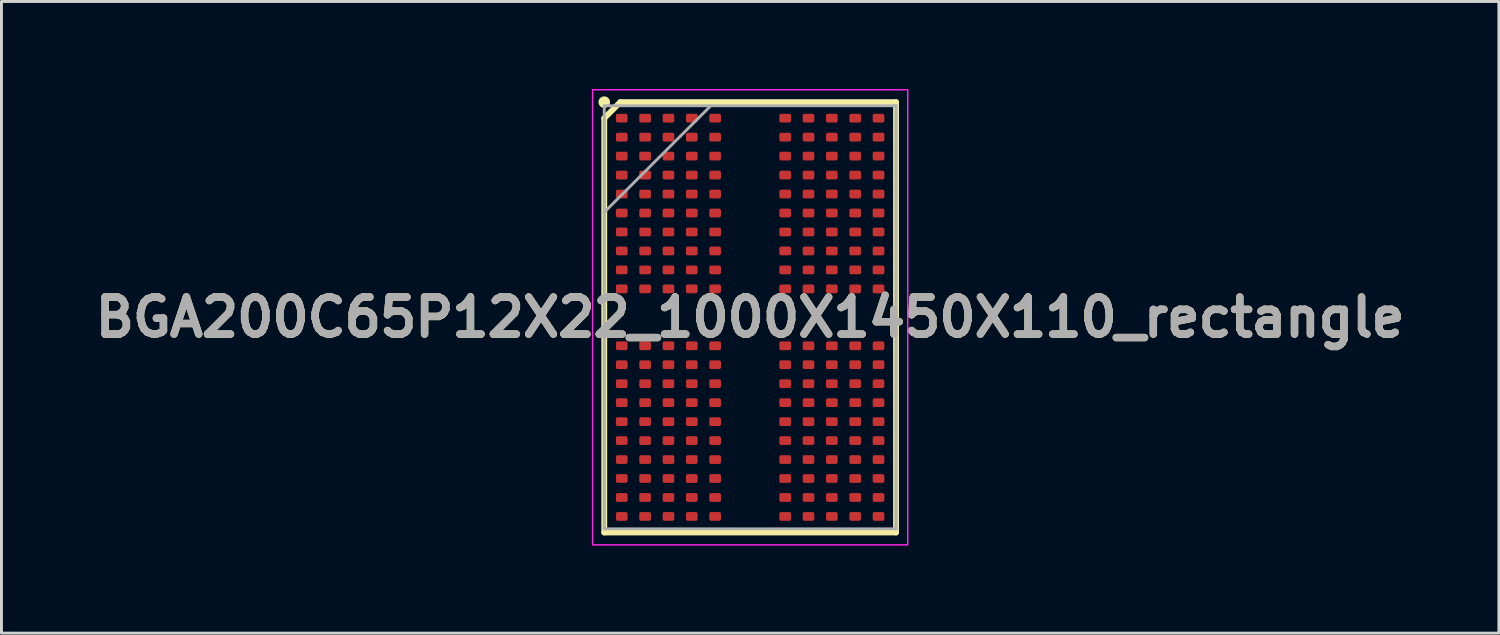
<source format=kicad_pcb>
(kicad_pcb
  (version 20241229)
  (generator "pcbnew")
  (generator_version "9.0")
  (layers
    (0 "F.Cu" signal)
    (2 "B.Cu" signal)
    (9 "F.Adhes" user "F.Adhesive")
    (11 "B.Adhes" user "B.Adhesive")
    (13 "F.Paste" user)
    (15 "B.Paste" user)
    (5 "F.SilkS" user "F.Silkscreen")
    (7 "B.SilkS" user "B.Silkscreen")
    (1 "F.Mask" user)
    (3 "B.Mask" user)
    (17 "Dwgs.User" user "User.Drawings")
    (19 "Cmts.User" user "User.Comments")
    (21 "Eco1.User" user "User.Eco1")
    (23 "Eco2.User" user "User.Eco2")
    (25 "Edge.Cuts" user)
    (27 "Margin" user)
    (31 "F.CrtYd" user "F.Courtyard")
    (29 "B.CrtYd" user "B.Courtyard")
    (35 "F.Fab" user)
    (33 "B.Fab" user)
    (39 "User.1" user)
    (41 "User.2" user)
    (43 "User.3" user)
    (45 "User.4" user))
  (footprint "BGA200C65P12X22_1000X1450X110_rectangle"
    (layer "F.Cu")
    (at 22.66 7.825)
    (property "Reference" "BGA200C65P12X22_1000X1450X110_rectangle" (at 0 0 0) (layer "F.SilkS") (effects (font (size 1.27 1.27) (thickness 0.254))))
    (attr smd)
    (fp_line (start -5 -6.824) (end -4.451 -7.373) (stroke (width 0.2) (type solid)) (layer "F.SilkS"))
    (fp_line (start -5 7.375) (end -5 -6.824) (stroke (width 0.2) (type solid)) (layer "F.SilkS"))
    (fp_line (start -4.451 -7.374) (end 5 -7.374) (stroke (width 0.2) (type solid)) (layer "F.SilkS"))
    (fp_line (start 5 -7.374) (end 5 7.375) (stroke (width 0.2) (type solid)) (layer "F.SilkS"))
    (fp_line (start 5 7.375) (end -5 7.375) (stroke (width 0.2) (type solid)) (layer "F.SilkS"))
    (fp_circle (center -5 -7.374) (end -5 -7.274) (stroke (width 0.2) (type solid)) (fill no) (layer "F.SilkS"))
    (fp_rect (start -5.4 -7.8) (end 5.4 7.8) (stroke (width 0.05) (type default)) (fill no) (layer "F.CrtYd"))
    (fp_line (start -5 -7.25) (end 5 -7.25) (stroke (width 0.1) (type solid)) (layer "F.Fab"))
    (fp_line (start -5 -3.6) (end -1.35 -7.25) (stroke (width 0.1) (type solid)) (layer "F.Fab"))
    (fp_line (start -5 7.25) (end -5 -7.25) (stroke (width 0.1) (type solid)) (layer "F.Fab"))
    (fp_line (start 5 -7.25) (end 5 7.25) (stroke (width 0.1) (type solid)) (layer "F.Fab"))
    (fp_line (start 5 7.25) (end -5 7.25) (stroke (width 0.1) (type solid)) (layer "F.Fab"))
    (fp_text user "${REFERENCE}" (at 0 0 0) (layer "F.Fab") (effects (font (size 1.27 1.27) (thickness 0.254))))
    (pad "A1" smd roundrect (at -4.4 -6.825 90) (size 0.3 0.4) (layers "F.Cu" "F.Mask" "F.Paste") (roundrect_rratio 0.2))
    (pad "A2" smd roundrect (at -3.6 -6.825 90) (size 0.3 0.4) (layers "F.Cu" "F.Mask" "F.Paste") (roundrect_rratio 0.2))
    (pad "A3" smd roundrect (at -2.8 -6.825 90) (size 0.3 0.4) (layers "F.Cu" "F.Mask" "F.Paste") (roundrect_rratio 0.2))
    (pad "A4" smd roundrect (at -2 -6.825 90) (size 0.3 0.4) (layers "F.Cu" "F.Mask" "F.Paste") (roundrect_rratio 0.2))
    (pad "A5" smd roundrect (at -1.2 -6.825 90) (size 0.3 0.4) (layers "F.Cu" "F.Mask" "F.Paste") (roundrect_rratio 0.2))
    (pad "A8" smd roundrect (at 1.2 -6.825 90) (size 0.3 0.4) (layers "F.Cu" "F.Mask" "F.Paste") (roundrect_rratio 0.2))
    (pad "A9" smd roundrect (at 2 -6.825 90) (size 0.3 0.4) (layers "F.Cu" "F.Mask" "F.Paste") (roundrect_rratio 0.2))
    (pad "A10" smd roundrect (at 2.8 -6.825 90) (size 0.3 0.4) (layers "F.Cu" "F.Mask" "F.Paste") (roundrect_rratio 0.2))
    (pad "A11" smd roundrect (at 3.6 -6.825 90) (size 0.3 0.4) (layers "F.Cu" "F.Mask" "F.Paste") (roundrect_rratio 0.2))
    (pad "A12" smd roundrect (at 4.4 -6.825 90) (size 0.3 0.4) (layers "F.Cu" "F.Mask" "F.Paste") (roundrect_rratio 0.2))
    (pad "AA1" smd roundrect (at -4.4 6.175 90) (size 0.3 0.4) (layers "F.Cu" "F.Mask" "F.Paste") (roundrect_rratio 0.2))
    (pad "AA2" smd roundrect (at -3.6 6.175 90) (size 0.3 0.4) (layers "F.Cu" "F.Mask" "F.Paste") (roundrect_rratio 0.2))
    (pad "AA3" smd roundrect (at -2.8 6.175 90) (size 0.3 0.4) (layers "F.Cu" "F.Mask" "F.Paste") (roundrect_rratio 0.2))
    (pad "AA4" smd roundrect (at -2 6.175 90) (size 0.3 0.4) (layers "F.Cu" "F.Mask" "F.Paste") (roundrect_rratio 0.2))
    (pad "AA5" smd roundrect (at -1.2 6.175 90) (size 0.3 0.4) (layers "F.Cu" "F.Mask" "F.Paste") (roundrect_rratio 0.2))
    (pad "AA8" smd roundrect (at 1.2 6.175 90) (size 0.3 0.4) (layers "F.Cu" "F.Mask" "F.Paste") (roundrect_rratio 0.2))
    (pad "AA9" smd roundrect (at 2 6.175 90) (size 0.3 0.4) (layers "F.Cu" "F.Mask" "F.Paste") (roundrect_rratio 0.2))
    (pad "AA10" smd roundrect (at 2.8 6.175 90) (size 0.3 0.4) (layers "F.Cu" "F.Mask" "F.Paste") (roundrect_rratio 0.2))
    (pad "AA11" smd roundrect (at 3.6 6.175 90) (size 0.3 0.4) (layers "F.Cu" "F.Mask" "F.Paste") (roundrect_rratio 0.2))
    (pad "AA12" smd roundrect (at 4.4 6.175 90) (size 0.3 0.4) (layers "F.Cu" "F.Mask" "F.Paste") (roundrect_rratio 0.2))
    (pad "AB1" smd roundrect (at -4.4 6.825 90) (size 0.3 0.4) (layers "F.Cu" "F.Mask" "F.Paste") (roundrect_rratio 0.2))
    (pad "AB2" smd roundrect (at -3.6 6.825 90) (size 0.3 0.4) (layers "F.Cu" "F.Mask" "F.Paste") (roundrect_rratio 0.2))
    (pad "AB3" smd roundrect (at -2.8 6.825 90) (size 0.3 0.4) (layers "F.Cu" "F.Mask" "F.Paste") (roundrect_rratio 0.2))
    (pad "AB4" smd roundrect (at -2 6.825 90) (size 0.3 0.4) (layers "F.Cu" "F.Mask" "F.Paste") (roundrect_rratio 0.2))
    (pad "AB5" smd roundrect (at -1.2 6.825 90) (size 0.3 0.4) (layers "F.Cu" "F.Mask" "F.Paste") (roundrect_rratio 0.2))
    (pad "AB8" smd roundrect (at 1.2 6.825 90) (size 0.3 0.4) (layers "F.Cu" "F.Mask" "F.Paste") (roundrect_rratio 0.2))
    (pad "AB9" smd roundrect (at 2 6.825 90) (size 0.3 0.4) (layers "F.Cu" "F.Mask" "F.Paste") (roundrect_rratio 0.2))
    (pad "AB10" smd roundrect (at 2.8 6.825 90) (size 0.3 0.4) (layers "F.Cu" "F.Mask" "F.Paste") (roundrect_rratio 0.2))
    (pad "AB11" smd roundrect (at 3.6 6.825 90) (size 0.3 0.4) (layers "F.Cu" "F.Mask" "F.Paste") (roundrect_rratio 0.2))
    (pad "AB12" smd roundrect (at 4.4 6.825 90) (size 0.3 0.4) (layers "F.Cu" "F.Mask" "F.Paste") (roundrect_rratio 0.2))
    (pad "B1" smd roundrect (at -4.4 -6.175 90) (size 0.3 0.4) (layers "F.Cu" "F.Mask" "F.Paste") (roundrect_rratio 0.2))
    (pad "B2" smd roundrect (at -3.6 -6.175 90) (size 0.3 0.4) (layers "F.Cu" "F.Mask" "F.Paste") (roundrect_rratio 0.2))
    (pad "B3" smd roundrect (at -2.8 -6.175 90) (size 0.3 0.4) (layers "F.Cu" "F.Mask" "F.Paste") (roundrect_rratio 0.2))
    (pad "B4" smd roundrect (at -2 -6.175 90) (size 0.3 0.4) (layers "F.Cu" "F.Mask" "F.Paste") (roundrect_rratio 0.2))
    (pad "B5" smd roundrect (at -1.2 -6.175 90) (size 0.3 0.4) (layers "F.Cu" "F.Mask" "F.Paste") (roundrect_rratio 0.2))
    (pad "B8" smd roundrect (at 1.2 -6.175 90) (size 0.3 0.4) (layers "F.Cu" "F.Mask" "F.Paste") (roundrect_rratio 0.2))
    (pad "B9" smd roundrect (at 2 -6.175 90) (size 0.3 0.4) (layers "F.Cu" "F.Mask" "F.Paste") (roundrect_rratio 0.2))
    (pad "B10" smd roundrect (at 2.8 -6.175 90) (size 0.3 0.4) (layers "F.Cu" "F.Mask" "F.Paste") (roundrect_rratio 0.2))
    (pad "B11" smd roundrect (at 3.6 -6.175 90) (size 0.3 0.4) (layers "F.Cu" "F.Mask" "F.Paste") (roundrect_rratio 0.2))
    (pad "B12" smd roundrect (at 4.4 -6.175 90) (size 0.3 0.4) (layers "F.Cu" "F.Mask" "F.Paste") (roundrect_rratio 0.2))
    (pad "C1" smd roundrect (at -4.4 -5.525 90) (size 0.3 0.4) (layers "F.Cu" "F.Mask" "F.Paste") (roundrect_rratio 0.2))
    (pad "C2" smd roundrect (at -3.6 -5.525 90) (size 0.3 0.4) (layers "F.Cu" "F.Mask" "F.Paste") (roundrect_rratio 0.2))
    (pad "C3" smd roundrect (at -2.8 -5.525 90) (size 0.3 0.4) (layers "F.Cu" "F.Mask" "F.Paste") (roundrect_rratio 0.2))
    (pad "C4" smd roundrect (at -2 -5.525 90) (size 0.3 0.4) (layers "F.Cu" "F.Mask" "F.Paste") (roundrect_rratio 0.2))
    (pad "C5" smd roundrect (at -1.2 -5.525 90) (size 0.3 0.4) (layers "F.Cu" "F.Mask" "F.Paste") (roundrect_rratio 0.2))
    (pad "C8" smd roundrect (at 1.2 -5.525 90) (size 0.3 0.4) (layers "F.Cu" "F.Mask" "F.Paste") (roundrect_rratio 0.2))
    (pad "C9" smd roundrect (at 2 -5.525 90) (size 0.3 0.4) (layers "F.Cu" "F.Mask" "F.Paste") (roundrect_rratio 0.2))
    (pad "C10" smd roundrect (at 2.8 -5.525 90) (size 0.3 0.4) (layers "F.Cu" "F.Mask" "F.Paste") (roundrect_rratio 0.2))
    (pad "C11" smd roundrect (at 3.6 -5.525 90) (size 0.3 0.4) (layers "F.Cu" "F.Mask" "F.Paste") (roundrect_rratio 0.2))
    (pad "C12" smd roundrect (at 4.4 -5.525 90) (size 0.3 0.4) (layers "F.Cu" "F.Mask" "F.Paste") (roundrect_rratio 0.2))
    (pad "D1" smd roundrect (at -4.4 -4.875 90) (size 0.3 0.4) (layers "F.Cu" "F.Mask" "F.Paste") (roundrect_rratio 0.2))
    (pad "D2" smd roundrect (at -3.6 -4.875 90) (size 0.3 0.4) (layers "F.Cu" "F.Mask" "F.Paste") (roundrect_rratio 0.2))
    (pad "D3" smd roundrect (at -2.8 -4.875 90) (size 0.3 0.4) (layers "F.Cu" "F.Mask" "F.Paste") (roundrect_rratio 0.2))
    (pad "D4" smd roundrect (at -2 -4.875 90) (size 0.3 0.4) (layers "F.Cu" "F.Mask" "F.Paste") (roundrect_rratio 0.2))
    (pad "D5" smd roundrect (at -1.2 -4.875 90) (size 0.3 0.4) (layers "F.Cu" "F.Mask" "F.Paste") (roundrect_rratio 0.2))
    (pad "D8" smd roundrect (at 1.2 -4.875 90) (size 0.3 0.4) (layers "F.Cu" "F.Mask" "F.Paste") (roundrect_rratio 0.2))
    (pad "D9" smd roundrect (at 2 -4.875 90) (size 0.3 0.4) (layers "F.Cu" "F.Mask" "F.Paste") (roundrect_rratio 0.2))
    (pad "D10" smd roundrect (at 2.8 -4.875 90) (size 0.3 0.4) (layers "F.Cu" "F.Mask" "F.Paste") (roundrect_rratio 0.2))
    (pad "D11" smd roundrect (at 3.6 -4.875 90) (size 0.3 0.4) (layers "F.Cu" "F.Mask" "F.Paste") (roundrect_rratio 0.2))
    (pad "D12" smd roundrect (at 4.4 -4.875 90) (size 0.3 0.4) (layers "F.Cu" "F.Mask" "F.Paste") (roundrect_rratio 0.2))
    (pad "E1" smd roundrect (at -4.4 -4.225 90) (size 0.3 0.4) (layers "F.Cu" "F.Mask" "F.Paste") (roundrect_rratio 0.2))
    (pad "E2" smd roundrect (at -3.6 -4.225 90) (size 0.3 0.4) (layers "F.Cu" "F.Mask" "F.Paste") (roundrect_rratio 0.2))
    (pad "E3" smd roundrect (at -2.8 -4.225 90) (size 0.3 0.4) (layers "F.Cu" "F.Mask" "F.Paste") (roundrect_rratio 0.2))
    (pad "E4" smd roundrect (at -2 -4.225 90) (size 0.3 0.4) (layers "F.Cu" "F.Mask" "F.Paste") (roundrect_rratio 0.2))
    (pad "E5" smd roundrect (at -1.2 -4.225 90) (size 0.3 0.4) (layers "F.Cu" "F.Mask" "F.Paste") (roundrect_rratio 0.2))
    (pad "E8" smd roundrect (at 1.2 -4.225 90) (size 0.3 0.4) (layers "F.Cu" "F.Mask" "F.Paste") (roundrect_rratio 0.2))
    (pad "E9" smd roundrect (at 2 -4.225 90) (size 0.3 0.4) (layers "F.Cu" "F.Mask" "F.Paste") (roundrect_rratio 0.2))
    (pad "E10" smd roundrect (at 2.8 -4.225 90) (size 0.3 0.4) (layers "F.Cu" "F.Mask" "F.Paste") (roundrect_rratio 0.2))
    (pad "E11" smd roundrect (at 3.6 -4.225 90) (size 0.3 0.4) (layers "F.Cu" "F.Mask" "F.Paste") (roundrect_rratio 0.2))
    (pad "E12" smd roundrect (at 4.4 -4.225 90) (size 0.3 0.4) (layers "F.Cu" "F.Mask" "F.Paste") (roundrect_rratio 0.2))
    (pad "F1" smd roundrect (at -4.4 -3.575 90) (size 0.3 0.4) (layers "F.Cu" "F.Mask" "F.Paste") (roundrect_rratio 0.2))
    (pad "F2" smd roundrect (at -3.6 -3.575 90) (size 0.3 0.4) (layers "F.Cu" "F.Mask" "F.Paste") (roundrect_rratio 0.2))
    (pad "F3" smd roundrect (at -2.8 -3.575 90) (size 0.3 0.4) (layers "F.Cu" "F.Mask" "F.Paste") (roundrect_rratio 0.2))
    (pad "F4" smd roundrect (at -2 -3.575 90) (size 0.3 0.4) (layers "F.Cu" "F.Mask" "F.Paste") (roundrect_rratio 0.2))
    (pad "F5" smd roundrect (at -1.2 -3.575 90) (size 0.3 0.4) (layers "F.Cu" "F.Mask" "F.Paste") (roundrect_rratio 0.2))
    (pad "F8" smd roundrect (at 1.2 -3.575 90) (size 0.3 0.4) (layers "F.Cu" "F.Mask" "F.Paste") (roundrect_rratio 0.2))
    (pad "F9" smd roundrect (at 2 -3.575 90) (size 0.3 0.4) (layers "F.Cu" "F.Mask" "F.Paste") (roundrect_rratio 0.2))
    (pad "F10" smd roundrect (at 2.8 -3.575 90) (size 0.3 0.4) (layers "F.Cu" "F.Mask" "F.Paste") (roundrect_rratio 0.2))
    (pad "F11" smd roundrect (at 3.6 -3.575 90) (size 0.3 0.4) (layers "F.Cu" "F.Mask" "F.Paste") (roundrect_rratio 0.2))
    (pad "F12" smd roundrect (at 4.4 -3.575 90) (size 0.3 0.4) (layers "F.Cu" "F.Mask" "F.Paste") (roundrect_rratio 0.2))
    (pad "G1" smd roundrect (at -4.4 -2.925 90) (size 0.3 0.4) (layers "F.Cu" "F.Mask" "F.Paste") (roundrect_rratio 0.2))
    (pad "G2" smd roundrect (at -3.6 -2.925 90) (size 0.3 0.4) (layers "F.Cu" "F.Mask" "F.Paste") (roundrect_rratio 0.2))
    (pad "G3" smd roundrect (at -2.8 -2.925 90) (size 0.3 0.4) (layers "F.Cu" "F.Mask" "F.Paste") (roundrect_rratio 0.2))
    (pad "G4" smd roundrect (at -2 -2.925 90) (size 0.3 0.4) (layers "F.Cu" "F.Mask" "F.Paste") (roundrect_rratio 0.2))
    (pad "G5" smd roundrect (at -1.2 -2.925 90) (size 0.3 0.4) (layers "F.Cu" "F.Mask" "F.Paste") (roundrect_rratio 0.2))
    (pad "G8" smd roundrect (at 1.2 -2.925 90) (size 0.3 0.4) (layers "F.Cu" "F.Mask" "F.Paste") (roundrect_rratio 0.2))
    (pad "G9" smd roundrect (at 2 -2.925 90) (size 0.3 0.4) (layers "F.Cu" "F.Mask" "F.Paste") (roundrect_rratio 0.2))
    (pad "G10" smd roundrect (at 2.8 -2.925 90) (size 0.3 0.4) (layers "F.Cu" "F.Mask" "F.Paste") (roundrect_rratio 0.2))
    (pad "G11" smd roundrect (at 3.6 -2.925 90) (size 0.3 0.4) (layers "F.Cu" "F.Mask" "F.Paste") (roundrect_rratio 0.2))
    (pad "G12" smd roundrect (at 4.4 -2.925 90) (size 0.3 0.4) (layers "F.Cu" "F.Mask" "F.Paste") (roundrect_rratio 0.2))
    (pad "H1" smd roundrect (at -4.4 -2.275 90) (size 0.3 0.4) (layers "F.Cu" "F.Mask" "F.Paste") (roundrect_rratio 0.2))
    (pad "H2" smd roundrect (at -3.6 -2.275 90) (size 0.3 0.4) (layers "F.Cu" "F.Mask" "F.Paste") (roundrect_rratio 0.2))
    (pad "H3" smd roundrect (at -2.8 -2.275 90) (size 0.3 0.4) (layers "F.Cu" "F.Mask" "F.Paste") (roundrect_rratio 0.2))
    (pad "H4" smd roundrect (at -2 -2.275 90) (size 0.3 0.4) (layers "F.Cu" "F.Mask" "F.Paste") (roundrect_rratio 0.2))
    (pad "H5" smd roundrect (at -1.2 -2.275 90) (size 0.3 0.4) (layers "F.Cu" "F.Mask" "F.Paste") (roundrect_rratio 0.2))
    (pad "H8" smd roundrect (at 1.2 -2.275 90) (size 0.3 0.4) (layers "F.Cu" "F.Mask" "F.Paste") (roundrect_rratio 0.2))
    (pad "H9" smd roundrect (at 2 -2.275 90) (size 0.3 0.4) (layers "F.Cu" "F.Mask" "F.Paste") (roundrect_rratio 0.2))
    (pad "H10" smd roundrect (at 2.8 -2.275 90) (size 0.3 0.4) (layers "F.Cu" "F.Mask" "F.Paste") (roundrect_rratio 0.2))
    (pad "H11" smd roundrect (at 3.6 -2.275 90) (size 0.3 0.4) (layers "F.Cu" "F.Mask" "F.Paste") (roundrect_rratio 0.2))
    (pad "H12" smd roundrect (at 4.4 -2.275 90) (size 0.3 0.4) (layers "F.Cu" "F.Mask" "F.Paste") (roundrect_rratio 0.2))
    (pad "J1" smd roundrect (at -4.4 -1.625 90) (size 0.3 0.4) (layers "F.Cu" "F.Mask" "F.Paste") (roundrect_rratio 0.2))
    (pad "J2" smd roundrect (at -3.6 -1.625 90) (size 0.3 0.4) (layers "F.Cu" "F.Mask" "F.Paste") (roundrect_rratio 0.2))
    (pad "J3" smd roundrect (at -2.8 -1.625 90) (size 0.3 0.4) (layers "F.Cu" "F.Mask" "F.Paste") (roundrect_rratio 0.2))
    (pad "J4" smd roundrect (at -2 -1.625 90) (size 0.3 0.4) (layers "F.Cu" "F.Mask" "F.Paste") (roundrect_rratio 0.2))
    (pad "J5" smd roundrect (at -1.2 -1.625 90) (size 0.3 0.4) (layers "F.Cu" "F.Mask" "F.Paste") (roundrect_rratio 0.2))
    (pad "J8" smd roundrect (at 1.2 -1.625 90) (size 0.3 0.4) (layers "F.Cu" "F.Mask" "F.Paste") (roundrect_rratio 0.2))
    (pad "J9" smd roundrect (at 2 -1.625 90) (size 0.3 0.4) (layers "F.Cu" "F.Mask" "F.Paste") (roundrect_rratio 0.2))
    (pad "J10" smd roundrect (at 2.8 -1.625 90) (size 0.3 0.4) (layers "F.Cu" "F.Mask" "F.Paste") (roundrect_rratio 0.2))
    (pad "J11" smd roundrect (at 3.6 -1.625 90) (size 0.3 0.4) (layers "F.Cu" "F.Mask" "F.Paste") (roundrect_rratio 0.2))
    (pad "J12" smd roundrect (at 4.4 -1.625 90) (size 0.3 0.4) (layers "F.Cu" "F.Mask" "F.Paste") (roundrect_rratio 0.2))
    (pad "K1" smd roundrect (at -4.4 -0.975 90) (size 0.3 0.4) (layers "F.Cu" "F.Mask" "F.Paste") (roundrect_rratio 0.2))
    (pad "K2" smd roundrect (at -3.6 -0.975 90) (size 0.3 0.4) (layers "F.Cu" "F.Mask" "F.Paste") (roundrect_rratio 0.2))
    (pad "K3" smd roundrect (at -2.8 -0.975 90) (size 0.3 0.4) (layers "F.Cu" "F.Mask" "F.Paste") (roundrect_rratio 0.2))
    (pad "K4" smd roundrect (at -2 -0.975 90) (size 0.3 0.4) (layers "F.Cu" "F.Mask" "F.Paste") (roundrect_rratio 0.2))
    (pad "K5" smd roundrect (at -1.2 -0.975 90) (size 0.3 0.4) (layers "F.Cu" "F.Mask" "F.Paste") (roundrect_rratio 0.2))
    (pad "K8" smd roundrect (at 1.2 -0.975 90) (size 0.3 0.4) (layers "F.Cu" "F.Mask" "F.Paste") (roundrect_rratio 0.2))
    (pad "K9" smd roundrect (at 2 -0.975 90) (size 0.3 0.4) (layers "F.Cu" "F.Mask" "F.Paste") (roundrect_rratio 0.2))
    (pad "K10" smd roundrect (at 2.8 -0.975 90) (size 0.3 0.4) (layers "F.Cu" "F.Mask" "F.Paste") (roundrect_rratio 0.2))
    (pad "K11" smd roundrect (at 3.6 -0.975 90) (size 0.3 0.4) (layers "F.Cu" "F.Mask" "F.Paste") (roundrect_rratio 0.2))
    (pad "K12" smd roundrect (at 4.4 -0.975 90) (size 0.3 0.4) (layers "F.Cu" "F.Mask" "F.Paste") (roundrect_rratio 0.2))
    (pad "N1" smd roundrect (at -4.4 0.975 90) (size 0.3 0.4) (layers "F.Cu" "F.Mask" "F.Paste") (roundrect_rratio 0.2))
    (pad "N2" smd roundrect (at -3.6 0.975 90) (size 0.3 0.4) (layers "F.Cu" "F.Mask" "F.Paste") (roundrect_rratio 0.2))
    (pad "N3" smd roundrect (at -2.8 0.975 90) (size 0.3 0.4) (layers "F.Cu" "F.Mask" "F.Paste") (roundrect_rratio 0.2))
    (pad "N4" smd roundrect (at -2 0.975 90) (size 0.3 0.4) (layers "F.Cu" "F.Mask" "F.Paste") (roundrect_rratio 0.2))
    (pad "N5" smd roundrect (at -1.2 0.975 90) (size 0.3 0.4) (layers "F.Cu" "F.Mask" "F.Paste") (roundrect_rratio 0.2))
    (pad "N8" smd roundrect (at 1.2 0.975 90) (size 0.3 0.4) (layers "F.Cu" "F.Mask" "F.Paste") (roundrect_rratio 0.2))
    (pad "N9" smd roundrect (at 2 0.975 90) (size 0.3 0.4) (layers "F.Cu" "F.Mask" "F.Paste") (roundrect_rratio 0.2))
    (pad "N10" smd roundrect (at 2.8 0.975 90) (size 0.3 0.4) (layers "F.Cu" "F.Mask" "F.Paste") (roundrect_rratio 0.2))
    (pad "N11" smd roundrect (at 3.6 0.975 90) (size 0.3 0.4) (layers "F.Cu" "F.Mask" "F.Paste") (roundrect_rratio 0.2))
    (pad "N12" smd roundrect (at 4.4 0.975 90) (size 0.3 0.4) (layers "F.Cu" "F.Mask" "F.Paste") (roundrect_rratio 0.2))
    (pad "P1" smd roundrect (at -4.4 1.625 90) (size 0.3 0.4) (layers "F.Cu" "F.Mask" "F.Paste") (roundrect_rratio 0.2))
    (pad "P2" smd roundrect (at -3.6 1.625 90) (size 0.3 0.4) (layers "F.Cu" "F.Mask" "F.Paste") (roundrect_rratio 0.2))
    (pad "P3" smd roundrect (at -2.8 1.625 90) (size 0.3 0.4) (layers "F.Cu" "F.Mask" "F.Paste") (roundrect_rratio 0.2))
    (pad "P4" smd roundrect (at -2 1.625 90) (size 0.3 0.4) (layers "F.Cu" "F.Mask" "F.Paste") (roundrect_rratio 0.2))
    (pad "P5" smd roundrect (at -1.2 1.625 90) (size 0.3 0.4) (layers "F.Cu" "F.Mask" "F.Paste") (roundrect_rratio 0.2))
    (pad "P8" smd roundrect (at 1.2 1.625 90) (size 0.3 0.4) (layers "F.Cu" "F.Mask" "F.Paste") (roundrect_rratio 0.2))
    (pad "P9" smd roundrect (at 2 1.625 90) (size 0.3 0.4) (layers "F.Cu" "F.Mask" "F.Paste") (roundrect_rratio 0.2))
    (pad "P10" smd roundrect (at 2.8 1.625 90) (size 0.3 0.4) (layers "F.Cu" "F.Mask" "F.Paste") (roundrect_rratio 0.2))
    (pad "P11" smd roundrect (at 3.6 1.625 90) (size 0.3 0.4) (layers "F.Cu" "F.Mask" "F.Paste") (roundrect_rratio 0.2))
    (pad "P12" smd roundrect (at 4.4 1.625 90) (size 0.3 0.4) (layers "F.Cu" "F.Mask" "F.Paste") (roundrect_rratio 0.2))
    (pad "R1" smd roundrect (at -4.4 2.275 90) (size 0.3 0.4) (layers "F.Cu" "F.Mask" "F.Paste") (roundrect_rratio 0.2))
    (pad "R2" smd roundrect (at -3.6 2.275 90) (size 0.3 0.4) (layers "F.Cu" "F.Mask" "F.Paste") (roundrect_rratio 0.2))
    (pad "R3" smd roundrect (at -2.8 2.275 90) (size 0.3 0.4) (layers "F.Cu" "F.Mask" "F.Paste") (roundrect_rratio 0.2))
    (pad "R4" smd roundrect (at -2 2.275 90) (size 0.3 0.4) (layers "F.Cu" "F.Mask" "F.Paste") (roundrect_rratio 0.2))
    (pad "R5" smd roundrect (at -1.2 2.275 90) (size 0.3 0.4) (layers "F.Cu" "F.Mask" "F.Paste") (roundrect_rratio 0.2))
    (pad "R8" smd roundrect (at 1.2 2.275 90) (size 0.3 0.4) (layers "F.Cu" "F.Mask" "F.Paste") (roundrect_rratio 0.2))
    (pad "R9" smd roundrect (at 2 2.275 90) (size 0.3 0.4) (layers "F.Cu" "F.Mask" "F.Paste") (roundrect_rratio 0.2))
    (pad "R10" smd roundrect (at 2.8 2.275 90) (size 0.3 0.4) (layers "F.Cu" "F.Mask" "F.Paste") (roundrect_rratio 0.2))
    (pad "R11" smd roundrect (at 3.6 2.275 90) (size 0.3 0.4) (layers "F.Cu" "F.Mask" "F.Paste") (roundrect_rratio 0.2))
    (pad "R12" smd roundrect (at 4.4 2.275 90) (size 0.3 0.4) (layers "F.Cu" "F.Mask" "F.Paste") (roundrect_rratio 0.2))
    (pad "T1" smd roundrect (at -4.4 2.925 90) (size 0.3 0.4) (layers "F.Cu" "F.Mask" "F.Paste") (roundrect_rratio 0.2))
    (pad "T2" smd roundrect (at -3.6 2.925 90) (size 0.3 0.4) (layers "F.Cu" "F.Mask" "F.Paste") (roundrect_rratio 0.2))
    (pad "T3" smd roundrect (at -2.8 2.925 90) (size 0.3 0.4) (layers "F.Cu" "F.Mask" "F.Paste") (roundrect_rratio 0.2))
    (pad "T4" smd roundrect (at -2 2.925 90) (size 0.3 0.4) (layers "F.Cu" "F.Mask" "F.Paste") (roundrect_rratio 0.2))
    (pad "T5" smd roundrect (at -1.2 2.925 90) (size 0.3 0.4) (layers "F.Cu" "F.Mask" "F.Paste") (roundrect_rratio 0.2))
    (pad "T8" smd roundrect (at 1.2 2.925 90) (size 0.3 0.4) (layers "F.Cu" "F.Mask" "F.Paste") (roundrect_rratio 0.2))
    (pad "T9" smd roundrect (at 2 2.925 90) (size 0.3 0.4) (layers "F.Cu" "F.Mask" "F.Paste") (roundrect_rratio 0.2))
    (pad "T10" smd roundrect (at 2.8 2.925 90) (size 0.3 0.4) (layers "F.Cu" "F.Mask" "F.Paste") (roundrect_rratio 0.2))
    (pad "T11" smd roundrect (at 3.6 2.925 90) (size 0.3 0.4) (layers "F.Cu" "F.Mask" "F.Paste") (roundrect_rratio 0.2))
    (pad "T12" smd roundrect (at 4.4 2.925 90) (size 0.3 0.4) (layers "F.Cu" "F.Mask" "F.Paste") (roundrect_rratio 0.2))
    (pad "U1" smd roundrect (at -4.4 3.575 90) (size 0.3 0.4) (layers "F.Cu" "F.Mask" "F.Paste") (roundrect_rratio 0.2))
    (pad "U2" smd roundrect (at -3.6 3.575 90) (size 0.3 0.4) (layers "F.Cu" "F.Mask" "F.Paste") (roundrect_rratio 0.2))
    (pad "U3" smd roundrect (at -2.8 3.575 90) (size 0.3 0.4) (layers "F.Cu" "F.Mask" "F.Paste") (roundrect_rratio 0.2))
    (pad "U4" smd roundrect (at -2 3.575 90) (size 0.3 0.4) (layers "F.Cu" "F.Mask" "F.Paste") (roundrect_rratio 0.2))
    (pad "U5" smd roundrect (at -1.2 3.575 90) (size 0.3 0.4) (layers "F.Cu" "F.Mask" "F.Paste") (roundrect_rratio 0.2))
    (pad "U8" smd roundrect (at 1.2 3.575 90) (size 0.3 0.4) (layers "F.Cu" "F.Mask" "F.Paste") (roundrect_rratio 0.2))
    (pad "U9" smd roundrect (at 2 3.575 90) (size 0.3 0.4) (layers "F.Cu" "F.Mask" "F.Paste") (roundrect_rratio 0.2))
    (pad "U10" smd roundrect (at 2.8 3.575 90) (size 0.3 0.4) (layers "F.Cu" "F.Mask" "F.Paste") (roundrect_rratio 0.2))
    (pad "U11" smd roundrect (at 3.6 3.575 90) (size 0.3 0.4) (layers "F.Cu" "F.Mask" "F.Paste") (roundrect_rratio 0.2))
    (pad "U12" smd roundrect (at 4.4 3.575 90) (size 0.3 0.4) (layers "F.Cu" "F.Mask" "F.Paste") (roundrect_rratio 0.2))
    (pad "V1" smd roundrect (at -4.4 4.225 90) (size 0.3 0.4) (layers "F.Cu" "F.Mask" "F.Paste") (roundrect_rratio 0.2))
    (pad "V2" smd roundrect (at -3.6 4.225 90) (size 0.3 0.4) (layers "F.Cu" "F.Mask" "F.Paste") (roundrect_rratio 0.2))
    (pad "V3" smd roundrect (at -2.8 4.225 90) (size 0.3 0.4) (layers "F.Cu" "F.Mask" "F.Paste") (roundrect_rratio 0.2))
    (pad "V4" smd roundrect (at -2 4.225 90) (size 0.3 0.4) (layers "F.Cu" "F.Mask" "F.Paste") (roundrect_rratio 0.2))
    (pad "V5" smd roundrect (at -1.2 4.225 90) (size 0.3 0.4) (layers "F.Cu" "F.Mask" "F.Paste") (roundrect_rratio 0.2))
    (pad "V8" smd roundrect (at 1.2 4.225 90) (size 0.3 0.4) (layers "F.Cu" "F.Mask" "F.Paste") (roundrect_rratio 0.2))
    (pad "V9" smd roundrect (at 2 4.225 90) (size 0.3 0.4) (layers "F.Cu" "F.Mask" "F.Paste") (roundrect_rratio 0.2))
    (pad "V10" smd roundrect (at 2.8 4.225 90) (size 0.3 0.4) (layers "F.Cu" "F.Mask" "F.Paste") (roundrect_rratio 0.2))
    (pad "V11" smd roundrect (at 3.6 4.225 90) (size 0.3 0.4) (layers "F.Cu" "F.Mask" "F.Paste") (roundrect_rratio 0.2))
    (pad "V12" smd roundrect (at 4.4 4.225 90) (size 0.3 0.4) (layers "F.Cu" "F.Mask" "F.Paste") (roundrect_rratio 0.2))
    (pad "W1" smd roundrect (at -4.4 4.875 90) (size 0.3 0.4) (layers "F.Cu" "F.Mask" "F.Paste") (roundrect_rratio 0.2))
    (pad "W2" smd roundrect (at -3.6 4.875 90) (size 0.3 0.4) (layers "F.Cu" "F.Mask" "F.Paste") (roundrect_rratio 0.2))
    (pad "W3" smd roundrect (at -2.8 4.875 90) (size 0.3 0.4) (layers "F.Cu" "F.Mask" "F.Paste") (roundrect_rratio 0.2))
    (pad "W4" smd roundrect (at -2 4.875 90) (size 0.3 0.4) (layers "F.Cu" "F.Mask" "F.Paste") (roundrect_rratio 0.2))
    (pad "W5" smd roundrect (at -1.2 4.875 90) (size 0.3 0.4) (layers "F.Cu" "F.Mask" "F.Paste") (roundrect_rratio 0.2))
    (pad "W8" smd roundrect (at 1.2 4.875 90) (size 0.3 0.4) (layers "F.Cu" "F.Mask" "F.Paste") (roundrect_rratio 0.2))
    (pad "W9" smd roundrect (at 2 4.875 90) (size 0.3 0.4) (layers "F.Cu" "F.Mask" "F.Paste") (roundrect_rratio 0.2))
    (pad "W10" smd roundrect (at 2.8 4.875 90) (size 0.3 0.4) (layers "F.Cu" "F.Mask" "F.Paste") (roundrect_rratio 0.2))
    (pad "W11" smd roundrect (at 3.6 4.875 90) (size 0.3 0.4) (layers "F.Cu" "F.Mask" "F.Paste") (roundrect_rratio 0.2))
    (pad "W12" smd roundrect (at 4.4 4.875 90) (size 0.3 0.4) (layers "F.Cu" "F.Mask" "F.Paste") (roundrect_rratio 0.2))
    (pad "Y1" smd roundrect (at -4.4 5.525 90) (size 0.3 0.4) (layers "F.Cu" "F.Mask" "F.Paste") (roundrect_rratio 0.2))
    (pad "Y2" smd roundrect (at -3.6 5.525 90) (size 0.3 0.4) (layers "F.Cu" "F.Mask" "F.Paste") (roundrect_rratio 0.2))
    (pad "Y3" smd roundrect (at -2.8 5.525 90) (size 0.3 0.4) (layers "F.Cu" "F.Mask" "F.Paste") (roundrect_rratio 0.2))
    (pad "Y4" smd roundrect (at -2 5.525 90) (size 0.3 0.4) (layers "F.Cu" "F.Mask" "F.Paste") (roundrect_rratio 0.2))
    (pad "Y5" smd roundrect (at -1.2 5.525 90) (size 0.3 0.4) (layers "F.Cu" "F.Mask" "F.Paste") (roundrect_rratio 0.2))
    (pad "Y8" smd roundrect (at 1.2 5.525 90) (size 0.3 0.4) (layers "F.Cu" "F.Mask" "F.Paste") (roundrect_rratio 0.2))
    (pad "Y9" smd roundrect (at 2 5.525 90) (size 0.3 0.4) (layers "F.Cu" "F.Mask" "F.Paste") (roundrect_rratio 0.2))
    (pad "Y10" smd roundrect (at 2.8 5.525 90) (size 0.3 0.4) (layers "F.Cu" "F.Mask" "F.Paste") (roundrect_rratio 0.2))
    (pad "Y11" smd roundrect (at 3.6 5.525 90) (size 0.3 0.4) (layers "F.Cu" "F.Mask" "F.Paste") (roundrect_rratio 0.2))
    (pad "Y12" smd roundrect (at 4.4 5.525 90) (size 0.3 0.4) (layers "F.Cu" "F.Mask" "F.Paste") (roundrect_rratio 0.2)))
  (gr_rect
    (start -3 -3)
    (end 48.321 18.65)
    (stroke (width 0.1) (type default))
    (fill no)
    (layer "Edge.Cuts")))
</source>
